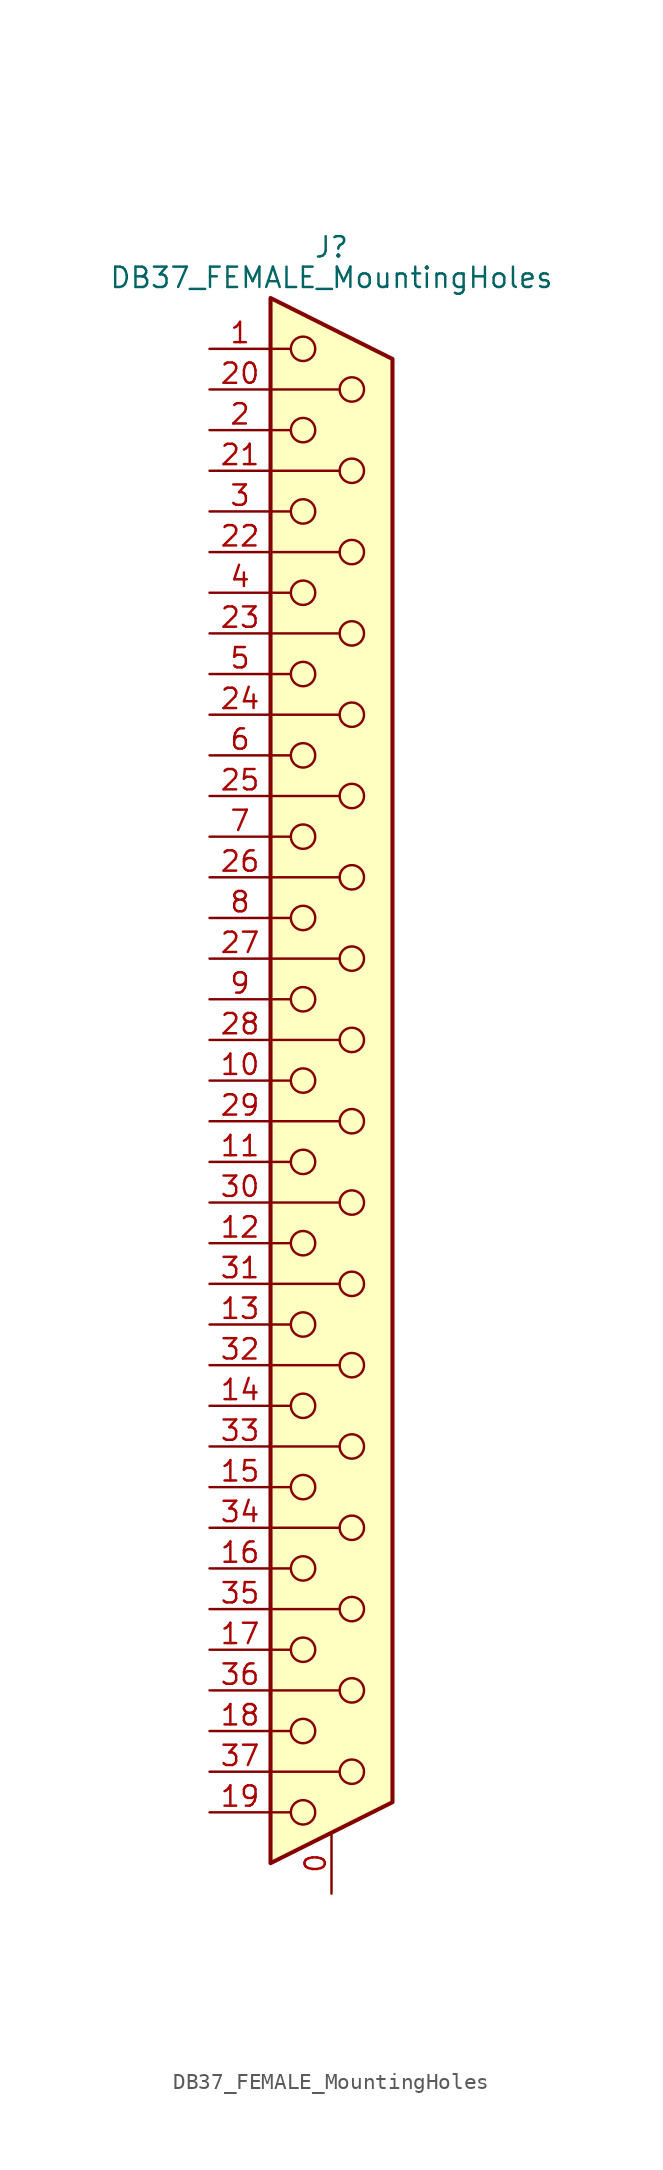
<source format=kicad_sym>
(kicad_symbol_lib
  (version 20211014)
  (generator kicad_symbol_editor)
  (symbol "DB37_FEMALE_MountingHoles"
    (pin_names
      (offset 1.016) hide)
    (property "Reference" "J"
      (at 0 52.07 0)
      (effects (font (size 1.27 1.27))))
    (property "Value" "DB37_FEMALE_MountingHoles"
      (at 0 50.165 0)
      (effects (font (size 1.27 1.27))))
    (symbol "DB37_FEMALE_MountingHoles_0_1"
      (circle (center -1.778 -45.72) (radius 0.762) (stroke (width 0) (type default) (color 0 0 0 0)) (fill (type none)))
      (circle (center -1.778 -40.64) (radius 0.762) (stroke (width 0) (type default) (color 0 0 0 0)) (fill (type none)))
      (circle (center -1.778 -35.56) (radius 0.762) (stroke (width 0) (type default) (color 0 0 0 0)) (fill (type none)))
      (circle (center -1.778 -30.48) (radius 0.762) (stroke (width 0) (type default) (color 0 0 0 0)) (fill (type none)))
      (circle (center -1.778 -25.4) (radius 0.762) (stroke (width 0) (type default) (color 0 0 0 0)) (fill (type none)))
      (circle (center -1.778 -20.32) (radius 0.762) (stroke (width 0) (type default) (color 0 0 0 0)) (fill (type none)))
      (circle (center -1.778 -15.24) (radius 0.762) (stroke (width 0) (type default) (color 0 0 0 0)) (fill (type none)))
      (circle (center -1.778 -10.16) (radius 0.762) (stroke (width 0) (type default) (color 0 0 0 0)) (fill (type none)))
      (circle (center -1.778 -5.08) (radius 0.762) (stroke (width 0) (type default) (color 0 0 0 0)) (fill (type none)))
      (circle (center -1.778 0) (radius 0.762) (stroke (width 0) (type default) (color 0 0 0 0)) (fill (type none)))
      (circle (center -1.778 5.08) (radius 0.762) (stroke (width 0) (type default) (color 0 0 0 0)) (fill (type none)))
      (circle (center -1.778 10.16) (radius 0.762) (stroke (width 0) (type default) (color 0 0 0 0)) (fill (type none)))
      (circle (center -1.778 15.24) (radius 0.762) (stroke (width 0) (type default) (color 0 0 0 0)) (fill (type none)))
      (circle (center -1.778 20.32) (radius 0.762) (stroke (width 0) (type default) (color 0 0 0 0)) (fill (type none)))
      (circle (center -1.778 25.4) (radius 0.762) (stroke (width 0) (type default) (color 0 0 0 0)) (fill (type none)))
      (circle (center -1.778 30.48) (radius 0.762) (stroke (width 0) (type default) (color 0 0 0 0)) (fill (type none)))
      (circle (center -1.778 35.56) (radius 0.762) (stroke (width 0) (type default) (color 0 0 0 0)) (fill (type none)))
      (circle (center -1.778 40.64) (radius 0.762) (stroke (width 0) (type default) (color 0 0 0 0)) (fill (type none)))
      (circle (center -1.778 45.72) (radius 0.762) (stroke (width 0) (type default) (color 0 0 0 0)) (fill (type none)))
      (polyline (pts (xy -3.81 -45.72) (xy -2.54 -45.72)) (stroke (width 0) (type default) (color 0 0 0 0)) (fill (type none)))
      (polyline (pts (xy -3.81 -43.18) (xy 0.508 -43.18)) (stroke (width 0) (type default) (color 0 0 0 0)) (fill (type none)))
      (polyline (pts (xy -3.81 -40.64) (xy -2.54 -40.64)) (stroke (width 0) (type default) (color 0 0 0 0)) (fill (type none)))
      (polyline (pts (xy -3.81 -38.1) (xy 0.508 -38.1)) (stroke (width 0) (type default) (color 0 0 0 0)) (fill (type none)))
      (polyline (pts (xy -3.81 -35.56) (xy -2.54 -35.56)) (stroke (width 0) (type default) (color 0 0 0 0)) (fill (type none)))
      (polyline (pts (xy -3.81 -33.02) (xy 0.508 -33.02)) (stroke (width 0) (type default) (color 0 0 0 0)) (fill (type none)))
      (polyline (pts (xy -3.81 -30.48) (xy -2.54 -30.48)) (stroke (width 0) (type default) (color 0 0 0 0)) (fill (type none)))
      (polyline (pts (xy -3.81 -27.94) (xy 0.508 -27.94)) (stroke (width 0) (type default) (color 0 0 0 0)) (fill (type none)))
      (polyline (pts (xy -3.81 -25.4) (xy -2.54 -25.4)) (stroke (width 0) (type default) (color 0 0 0 0)) (fill (type none)))
      (polyline (pts (xy -3.81 -22.86) (xy 0.508 -22.86)) (stroke (width 0) (type default) (color 0 0 0 0)) (fill (type none)))
      (polyline (pts (xy -3.81 -20.32) (xy -2.54 -20.32)) (stroke (width 0) (type default) (color 0 0 0 0)) (fill (type none)))
      (polyline (pts (xy -3.81 -17.78) (xy 0.508 -17.78)) (stroke (width 0) (type default) (color 0 0 0 0)) (fill (type none)))
      (polyline (pts (xy -3.81 -15.24) (xy -2.54 -15.24)) (stroke (width 0) (type default) (color 0 0 0 0)) (fill (type none)))
      (polyline (pts (xy -3.81 -12.7) (xy 0.508 -12.7)) (stroke (width 0) (type default) (color 0 0 0 0)) (fill (type none)))
      (polyline (pts (xy -3.81 -10.16) (xy -2.54 -10.16)) (stroke (width 0) (type default) (color 0 0 0 0)) (fill (type none)))
      (polyline (pts (xy -3.81 -7.62) (xy 0.508 -7.62)) (stroke (width 0) (type default) (color 0 0 0 0)) (fill (type none)))
      (polyline (pts (xy -3.81 -5.08) (xy -2.54 -5.08)) (stroke (width 0) (type default) (color 0 0 0 0)) (fill (type none)))
      (polyline (pts (xy -3.81 -2.54) (xy 0.508 -2.54)) (stroke (width 0) (type default) (color 0 0 0 0)) (fill (type none)))
      (polyline (pts (xy -3.81 0) (xy -2.54 0)) (stroke (width 0) (type default) (color 0 0 0 0)) (fill (type none)))
      (polyline (pts (xy -3.81 2.54) (xy 0.508 2.54)) (stroke (width 0) (type default) (color 0 0 0 0)) (fill (type none)))
      (polyline (pts (xy -3.81 5.08) (xy -2.54 5.08)) (stroke (width 0) (type default) (color 0 0 0 0)) (fill (type none)))
      (polyline (pts (xy -3.81 7.62) (xy 0.508 7.62)) (stroke (width 0) (type default) (color 0 0 0 0)) (fill (type none)))
      (polyline (pts (xy -3.81 10.16) (xy -2.54 10.16)) (stroke (width 0) (type default) (color 0 0 0 0)) (fill (type none)))
      (polyline (pts (xy -3.81 12.7) (xy 0.508 12.7)) (stroke (width 0) (type default) (color 0 0 0 0)) (fill (type none)))
      (polyline (pts (xy -3.81 15.24) (xy -2.54 15.24)) (stroke (width 0) (type default) (color 0 0 0 0)) (fill (type none)))
      (polyline (pts (xy -3.81 17.78) (xy 0.508 17.78)) (stroke (width 0) (type default) (color 0 0 0 0)) (fill (type none)))
      (polyline (pts (xy -3.81 20.32) (xy -2.54 20.32)) (stroke (width 0) (type default) (color 0 0 0 0)) (fill (type none)))
      (polyline (pts (xy -3.81 22.86) (xy 0.508 22.86)) (stroke (width 0) (type default) (color 0 0 0 0)) (fill (type none)))
      (polyline (pts (xy -3.81 25.4) (xy -2.54 25.4)) (stroke (width 0) (type default) (color 0 0 0 0)) (fill (type none)))
      (polyline (pts (xy -3.81 27.94) (xy 0.508 27.94)) (stroke (width 0) (type default) (color 0 0 0 0)) (fill (type none)))
      (polyline (pts (xy -3.81 30.48) (xy -2.54 30.48)) (stroke (width 0) (type default) (color 0 0 0 0)) (fill (type none)))
      (polyline (pts (xy -3.81 33.02) (xy 0.508 33.02)) (stroke (width 0) (type default) (color 0 0 0 0)) (fill (type none)))
      (polyline (pts (xy -3.81 35.56) (xy -2.54 35.56)) (stroke (width 0) (type default) (color 0 0 0 0)) (fill (type none)))
      (polyline (pts (xy -3.81 38.1) (xy 0.508 38.1)) (stroke (width 0) (type default) (color 0 0 0 0)) (fill (type none)))
      (polyline (pts (xy -3.81 40.64) (xy -2.54 40.64)) (stroke (width 0) (type default) (color 0 0 0 0)) (fill (type none)))
      (polyline (pts (xy -3.81 43.18) (xy 0.508 43.18)) (stroke (width 0) (type default) (color 0 0 0 0)) (fill (type none)))
      (polyline (pts (xy -3.81 45.72) (xy -2.54 45.72)) (stroke (width 0) (type default) (color 0 0 0 0)) (fill (type none)))
      (polyline (pts (xy -3.81 -48.895) (xy 3.81 -45.085) (xy 3.81 45.085) (xy -3.81 48.895) (xy -3.81 -48.895)) (stroke (width 0.254) (type default) (color 0 0 0 0)) (fill (type background)))
      (circle (center 1.27 -43.18) (radius 0.762) (stroke (width 0) (type default) (color 0 0 0 0)) (fill (type none)))
      (circle (center 1.27 -38.1) (radius 0.762) (stroke (width 0) (type default) (color 0 0 0 0)) (fill (type none)))
      (circle (center 1.27 -33.02) (radius 0.762) (stroke (width 0) (type default) (color 0 0 0 0)) (fill (type none)))
      (circle (center 1.27 -27.94) (radius 0.762) (stroke (width 0) (type default) (color 0 0 0 0)) (fill (type none)))
      (circle (center 1.27 -22.86) (radius 0.762) (stroke (width 0) (type default) (color 0 0 0 0)) (fill (type none)))
      (circle (center 1.27 -17.78) (radius 0.762) (stroke (width 0) (type default) (color 0 0 0 0)) (fill (type none)))
      (circle (center 1.27 -12.7) (radius 0.762) (stroke (width 0) (type default) (color 0 0 0 0)) (fill (type none)))
      (circle (center 1.27 -7.62) (radius 0.762) (stroke (width 0) (type default) (color 0 0 0 0)) (fill (type none)))
      (circle (center 1.27 -2.54) (radius 0.762) (stroke (width 0) (type default) (color 0 0 0 0)) (fill (type none)))
      (circle (center 1.27 2.54) (radius 0.762) (stroke (width 0) (type default) (color 0 0 0 0)) (fill (type none)))
      (circle (center 1.27 7.62) (radius 0.762) (stroke (width 0) (type default) (color 0 0 0 0)) (fill (type none)))
      (circle (center 1.27 12.7) (radius 0.762) (stroke (width 0) (type default) (color 0 0 0 0)) (fill (type none)))
      (circle (center 1.27 17.78) (radius 0.762) (stroke (width 0) (type default) (color 0 0 0 0)) (fill (type none)))
      (circle (center 1.27 22.86) (radius 0.762) (stroke (width 0) (type default) (color 0 0 0 0)) (fill (type none)))
      (circle (center 1.27 27.94) (radius 0.762) (stroke (width 0) (type default) (color 0 0 0 0)) (fill (type none)))
      (circle (center 1.27 33.02) (radius 0.762) (stroke (width 0) (type default) (color 0 0 0 0)) (fill (type none)))
      (circle (center 1.27 38.1) (radius 0.762) (stroke (width 0) (type default) (color 0 0 0 0)) (fill (type none)))
      (circle (center 1.27 43.18) (radius 0.762) (stroke (width 0) (type default) (color 0 0 0 0)) (fill (type none))))
    (symbol "DB37_FEMALE_MountingHoles_1_1"
      (pin passive line (at 0 -50.8 90) (length 3.81) (name "PAD" (effects (font (size 1.27 1.27)))) (number "0" (effects (font (size 1.27 1.27)))))
      (pin passive line (at -7.62 45.72 0) (length 3.81) (name "1" (effects (font (size 1.27 1.27)))) (number "1" (effects (font (size 1.27 1.27)))))
      (pin passive line (at -7.62 0 0) (length 3.81) (name "10" (effects (font (size 1.27 1.27)))) (number "10" (effects (font (size 1.27 1.27)))))
      (pin passive line (at -7.62 -5.08 0) (length 3.81) (name "11" (effects (font (size 1.27 1.27)))) (number "11" (effects (font (size 1.27 1.27)))))
      (pin passive line (at -7.62 -10.16 0) (length 3.81) (name "12" (effects (font (size 1.27 1.27)))) (number "12" (effects (font (size 1.27 1.27)))))
      (pin passive line (at -7.62 -15.24 0) (length 3.81) (name "13" (effects (font (size 1.27 1.27)))) (number "13" (effects (font (size 1.27 1.27)))))
      (pin passive line (at -7.62 -20.32 0) (length 3.81) (name "14" (effects (font (size 1.27 1.27)))) (number "14" (effects (font (size 1.27 1.27)))))
      (pin passive line (at -7.62 -25.4 0) (length 3.81) (name "15" (effects (font (size 1.27 1.27)))) (number "15" (effects (font (size 1.27 1.27)))))
      (pin passive line (at -7.62 -30.48 0) (length 3.81) (name "16" (effects (font (size 1.27 1.27)))) (number "16" (effects (font (size 1.27 1.27)))))
      (pin passive line (at -7.62 -35.56 0) (length 3.81) (name "17" (effects (font (size 1.27 1.27)))) (number "17" (effects (font (size 1.27 1.27)))))
      (pin passive line (at -7.62 -40.64 0) (length 3.81) (name "18" (effects (font (size 1.27 1.27)))) (number "18" (effects (font (size 1.27 1.27)))))
      (pin passive line (at -7.62 -45.72 0) (length 3.81) (name "19" (effects (font (size 1.27 1.27)))) (number "19" (effects (font (size 1.27 1.27)))))
      (pin passive line (at -7.62 40.64 0) (length 3.81) (name "2" (effects (font (size 1.27 1.27)))) (number "2" (effects (font (size 1.27 1.27)))))
      (pin passive line (at -7.62 43.18 0) (length 3.81) (name "20" (effects (font (size 1.27 1.27)))) (number "20" (effects (font (size 1.27 1.27)))))
      (pin passive line (at -7.62 38.1 0) (length 3.81) (name "21" (effects (font (size 1.27 1.27)))) (number "21" (effects (font (size 1.27 1.27)))))
      (pin passive line (at -7.62 33.02 0) (length 3.81) (name "22" (effects (font (size 1.27 1.27)))) (number "22" (effects (font (size 1.27 1.27)))))
      (pin passive line (at -7.62 27.94 0) (length 3.81) (name "23" (effects (font (size 1.27 1.27)))) (number "23" (effects (font (size 1.27 1.27)))))
      (pin passive line (at -7.62 22.86 0) (length 3.81) (name "24" (effects (font (size 1.27 1.27)))) (number "24" (effects (font (size 1.27 1.27)))))
      (pin passive line (at -7.62 17.78 0) (length 3.81) (name "25" (effects (font (size 1.27 1.27)))) (number "25" (effects (font (size 1.27 1.27)))))
      (pin passive line (at -7.62 12.7 0) (length 3.81) (name "26" (effects (font (size 1.27 1.27)))) (number "26" (effects (font (size 1.27 1.27)))))
      (pin passive line (at -7.62 7.62 0) (length 3.81) (name "27" (effects (font (size 1.27 1.27)))) (number "27" (effects (font (size 1.27 1.27)))))
      (pin passive line (at -7.62 2.54 0) (length 3.81) (name "28" (effects (font (size 1.27 1.27)))) (number "28" (effects (font (size 1.27 1.27)))))
      (pin passive line (at -7.62 -2.54 0) (length 3.81) (name "29" (effects (font (size 1.27 1.27)))) (number "29" (effects (font (size 1.27 1.27)))))
      (pin passive line (at -7.62 35.56 0) (length 3.81) (name "3" (effects (font (size 1.27 1.27)))) (number "3" (effects (font (size 1.27 1.27)))))
      (pin passive line (at -7.62 -7.62 0) (length 3.81) (name "30" (effects (font (size 1.27 1.27)))) (number "30" (effects (font (size 1.27 1.27)))))
      (pin passive line (at -7.62 -12.7 0) (length 3.81) (name "31" (effects (font (size 1.27 1.27)))) (number "31" (effects (font (size 1.27 1.27)))))
      (pin passive line (at -7.62 -17.78 0) (length 3.81) (name "32" (effects (font (size 1.27 1.27)))) (number "32" (effects (font (size 1.27 1.27)))))
      (pin passive line (at -7.62 -22.86 0) (length 3.81) (name "33" (effects (font (size 1.27 1.27)))) (number "33" (effects (font (size 1.27 1.27)))))
      (pin passive line (at -7.62 -27.94 0) (length 3.81) (name "34" (effects (font (size 1.27 1.27)))) (number "34" (effects (font (size 1.27 1.27)))))
      (pin passive line (at -7.62 -33.02 0) (length 3.81) (name "35" (effects (font (size 1.27 1.27)))) (number "35" (effects (font (size 1.27 1.27)))))
      (pin passive line (at -7.62 -38.1 0) (length 3.81) (name "36" (effects (font (size 1.27 1.27)))) (number "36" (effects (font (size 1.27 1.27)))))
      (pin passive line (at -7.62 -43.18 0) (length 3.81) (name "37" (effects (font (size 1.27 1.27)))) (number "37" (effects (font (size 1.27 1.27)))))
      (pin passive line (at -7.62 30.48 0) (length 3.81) (name "4" (effects (font (size 1.27 1.27)))) (number "4" (effects (font (size 1.27 1.27)))))
      (pin passive line (at -7.62 25.4 0) (length 3.81) (name "5" (effects (font (size 1.27 1.27)))) (number "5" (effects (font (size 1.27 1.27)))))
      (pin passive line (at -7.62 20.32 0) (length 3.81) (name "6" (effects (font (size 1.27 1.27)))) (number "6" (effects (font (size 1.27 1.27)))))
      (pin passive line (at -7.62 15.24 0) (length 3.81) (name "7" (effects (font (size 1.27 1.27)))) (number "7" (effects (font (size 1.27 1.27)))))
      (pin passive line (at -7.62 10.16 0) (length 3.81) (name "8" (effects (font (size 1.27 1.27)))) (number "8" (effects (font (size 1.27 1.27)))))
      (pin passive line (at -7.62 5.08 0) (length 3.81) (name "9" (effects (font (size 1.27 1.27)))) (number "9" (effects (font (size 1.27 1.27))))))))
</source>
